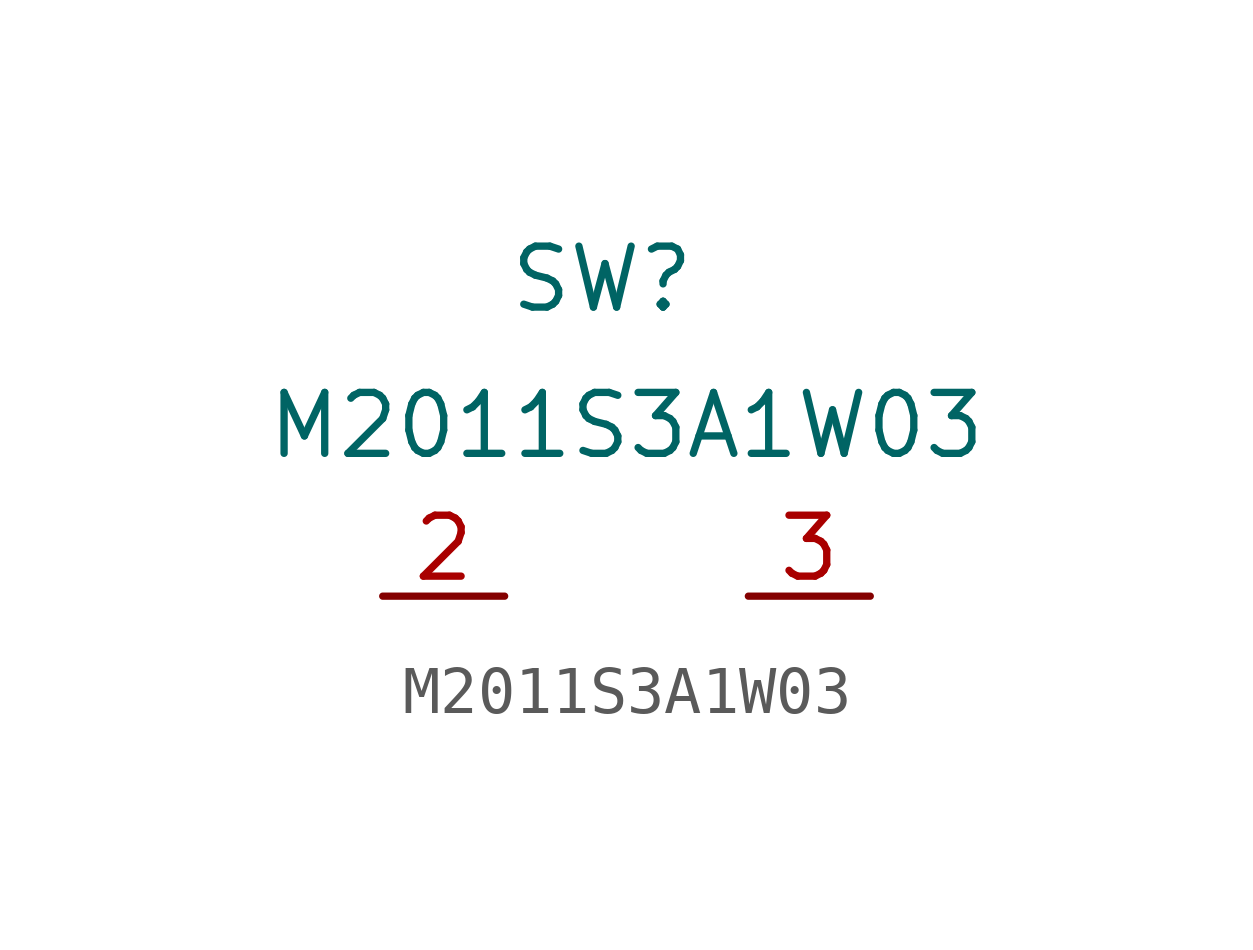
<source format=kicad_sym>
(kicad_symbol_lib
  (version 20241209)
  (generator "kicad_symbol_editor")
  (generator_version "9.0")
  (symbol "M2011S3A1W03"
    (pin_names
      (hide yes))
    (property "Reference" "SW"
      (at -0.508 6.604 0)
      (effects (font (size 1.27 1.27))))
    (property "Value" "M2011S3A1W03"
      (at 0 3.556 0)
      (effects (font (size 1.27 1.27))))
    (symbol "M2011S3A1W03_1_1"
      (pin passive line (at -5.08 0 0) (length 2.54) (name "A" (effects (font (size 1.27 1.27)))) (number "2" (effects (font (size 1.27 1.27)))))
      (pin passive line (at 5.08 0 180) (length 2.54) (name "B" (effects (font (size 1.27 1.27)))) (number "3" (effects (font (size 1.27 1.27))))))))
</source>
